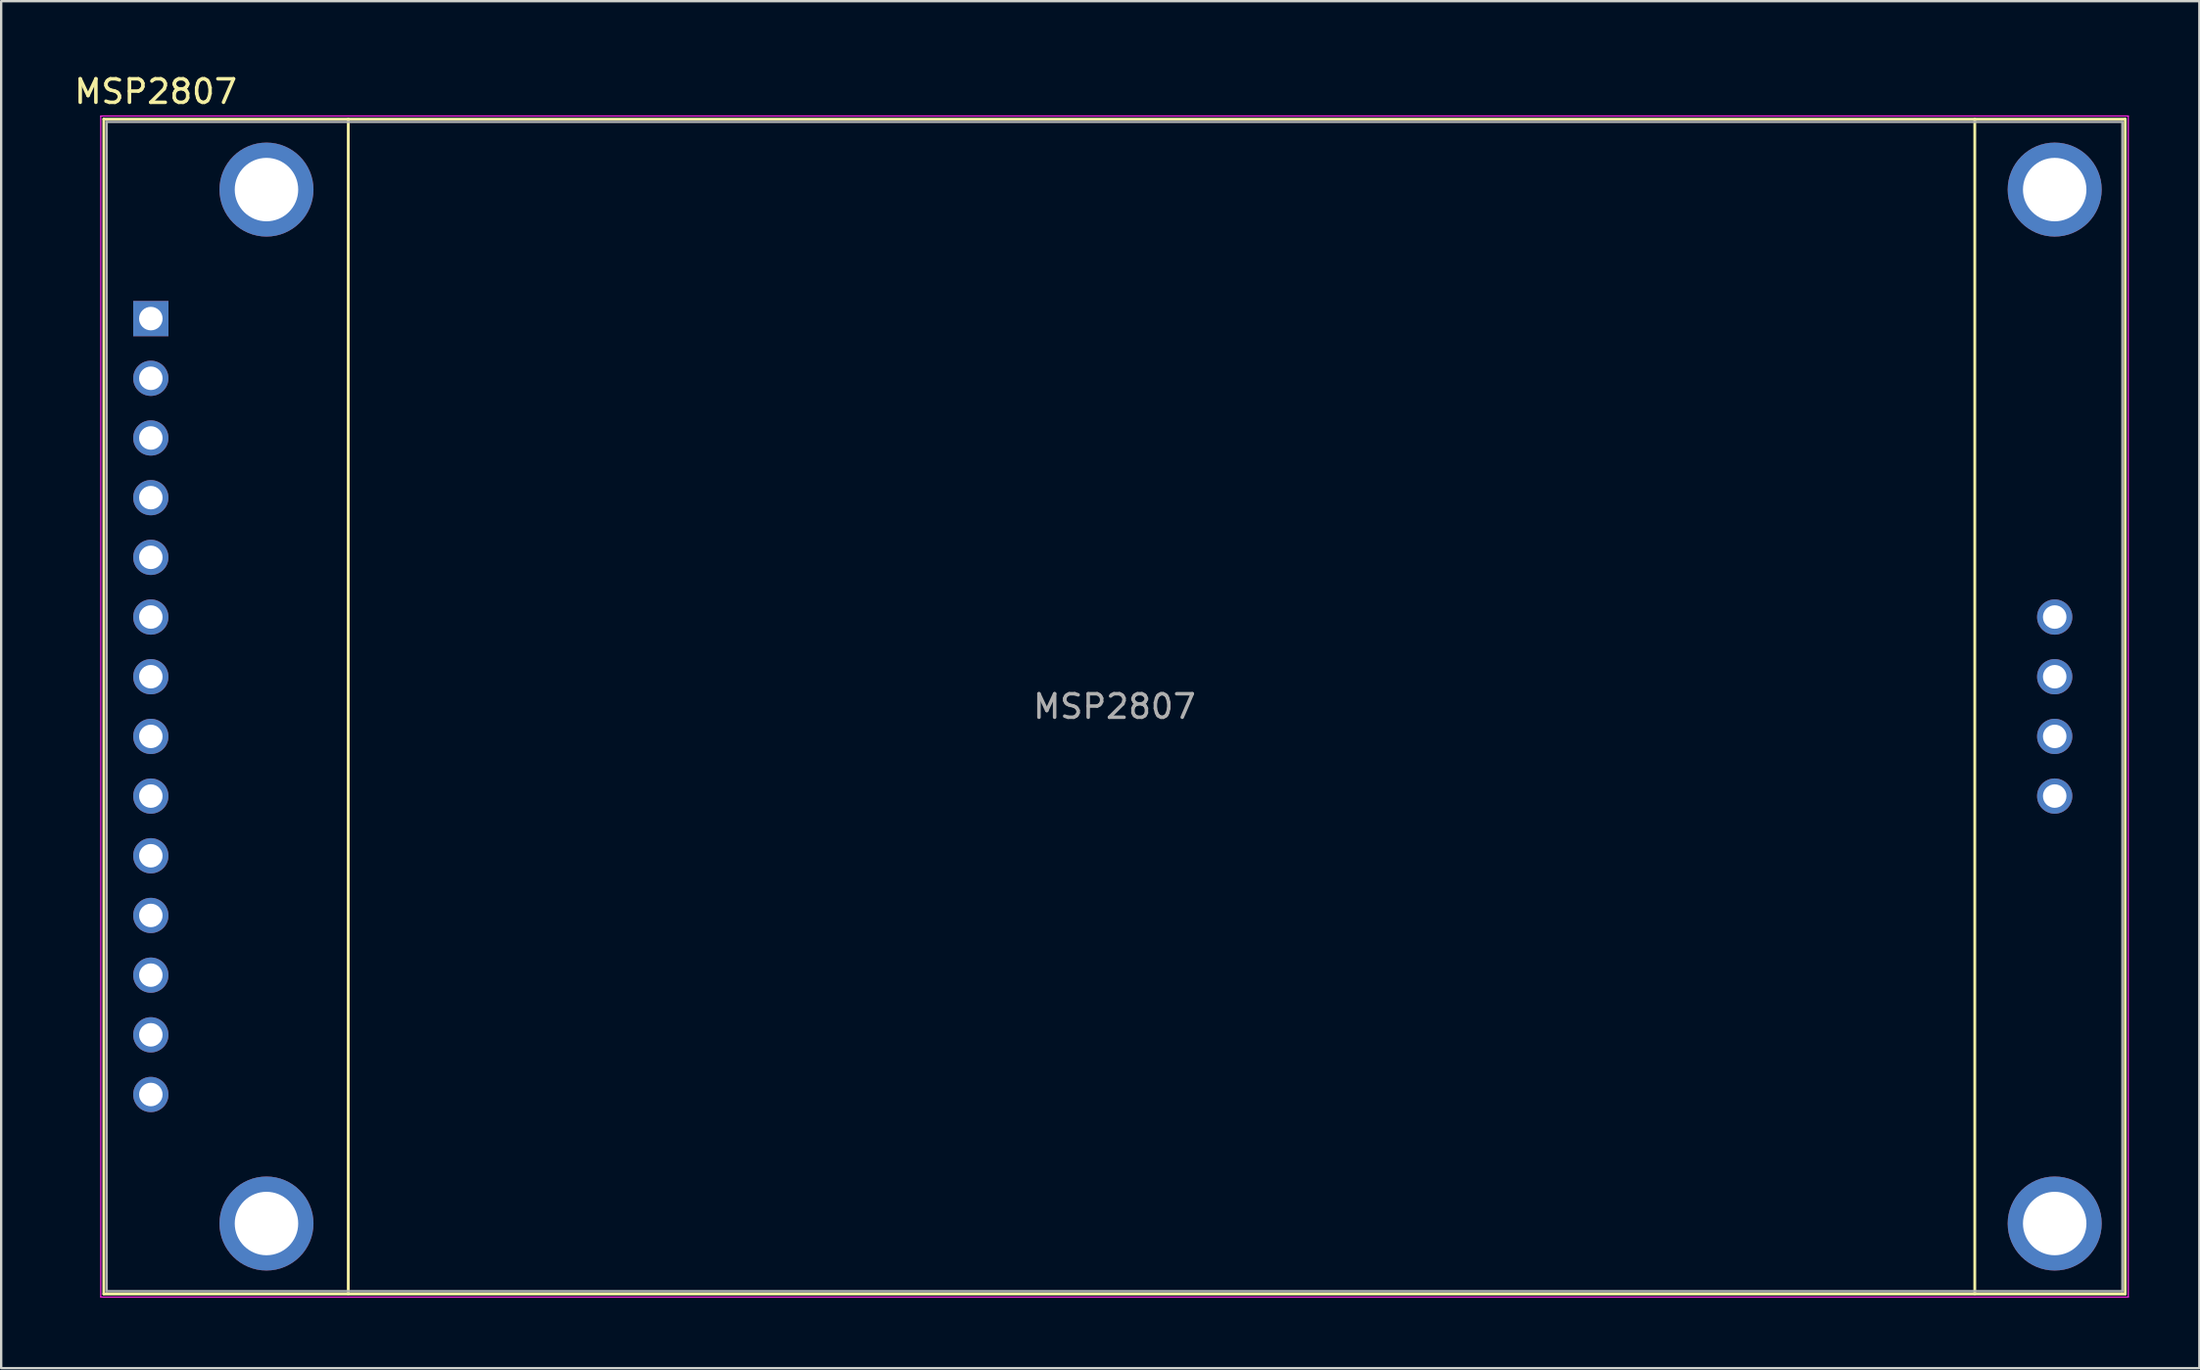
<source format=kicad_pcb>
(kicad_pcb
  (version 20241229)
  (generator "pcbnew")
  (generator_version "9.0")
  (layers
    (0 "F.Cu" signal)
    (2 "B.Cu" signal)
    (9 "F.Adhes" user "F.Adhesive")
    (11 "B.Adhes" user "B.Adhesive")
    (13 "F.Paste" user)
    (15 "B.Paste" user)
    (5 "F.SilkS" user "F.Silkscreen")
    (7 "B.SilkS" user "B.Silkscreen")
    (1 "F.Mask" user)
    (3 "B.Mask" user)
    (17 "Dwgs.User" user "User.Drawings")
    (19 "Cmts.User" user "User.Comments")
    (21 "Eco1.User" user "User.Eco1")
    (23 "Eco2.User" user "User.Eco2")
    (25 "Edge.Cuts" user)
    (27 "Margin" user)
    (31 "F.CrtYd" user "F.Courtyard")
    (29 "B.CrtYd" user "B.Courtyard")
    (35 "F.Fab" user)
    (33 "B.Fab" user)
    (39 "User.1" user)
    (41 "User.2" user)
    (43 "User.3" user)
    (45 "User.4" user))
  (footprint "MSP2807"
    (layer "F.Cu")
    (at 1.367 2.018)
    (property "Reference" "MSP2807" (at 2.21 -1.17 0) (layer "F.SilkS") (effects (font (size 1 1) (thickness 0.15))))
    (attr through_hole)
    (fp_line (start 0 0) (end 86 0) (stroke (width 0.12) (type solid)) (layer "F.SilkS"))
    (fp_line (start 0 50) (end 0 0) (stroke (width 0.12) (type solid)) (layer "F.SilkS"))
    (fp_line (start 10.4 50) (end 10.4 0) (stroke (width 0.12) (type solid)) (layer "F.SilkS"))
    (fp_line (start 79.6 0) (end 79.6 50) (stroke (width 0.12) (type solid)) (layer "F.SilkS"))
    (fp_line (start 86 0) (end 86 50) (stroke (width 0.12) (type solid)) (layer "F.SilkS"))
    (fp_line (start 86 50) (end 0 50) (stroke (width 0.12) (type solid)) (layer "F.SilkS"))
    (fp_line (start -0.13 -0.13) (end 86.13 -0.13) (stroke (width 0.05) (type solid)) (layer "F.CrtYd"))
    (fp_line (start -0.13 50.13) (end -0.13 -0.13) (stroke (width 0.05) (type solid)) (layer "F.CrtYd"))
    (fp_line (start 86.13 -0.13) (end 86.13 50.13) (stroke (width 0.05) (type solid)) (layer "F.CrtYd"))
    (fp_line (start 86.13 50.13) (end -0.13 50.13) (stroke (width 0.05) (type solid)) (layer "F.CrtYd"))
    (fp_line (start 0.12 0.12) (end 85.88 0.12) (stroke (width 0.1) (type solid)) (layer "F.Fab"))
    (fp_line (start 0.12 49.88) (end 0.12 0.12) (stroke (width 0.1) (type solid)) (layer "F.Fab"))
    (fp_line (start 85.88 0.12) (end 85.88 49.88) (stroke (width 0.1) (type solid)) (layer "F.Fab"))
    (fp_line (start 85.88 49.88) (end 0.12 49.88) (stroke (width 0.1) (type solid)) (layer "F.Fab"))
    (fp_text user "${REFERENCE}" (at 43 25 0) (layer "F.Fab") (effects (font (size 1 1) (thickness 0.15))))
    (pad "" thru_hole circle (at 6.92 3) (size 4 4) (drill 2.7) (layers "*.Cu" "*.Mask"))
    (pad "" thru_hole circle (at 6.92 47) (size 4 4) (drill 2.7) (layers "*.Cu" "*.Mask"))
    (pad "" thru_hole circle (at 83 3) (size 4 4) (drill 2.7) (layers "*.Cu" "*.Mask"))
    (pad "" thru_hole circle (at 83 47) (size 4 4) (drill 2.7) (layers "*.Cu" "*.Mask"))
    (pad "1" thru_hole rect (at 2 8.49) (size 1.5 1.5) (drill 1) (layers "*.Cu" "*.Mask"))
    (pad "2" thru_hole circle (at 2 11.03) (size 1.5 1.5) (drill 1) (layers "*.Cu" "*.Mask"))
    (pad "3" thru_hole circle (at 2 13.57) (size 1.5 1.5) (drill 1) (layers "*.Cu" "*.Mask"))
    (pad "4" thru_hole circle (at 2 16.11) (size 1.5 1.5) (drill 1) (layers "*.Cu" "*.Mask"))
    (pad "5" thru_hole circle (at 2 18.65) (size 1.5 1.5) (drill 1) (layers "*.Cu" "*.Mask"))
    (pad "6" thru_hole circle (at 2 21.19) (size 1.5 1.5) (drill 1) (layers "*.Cu" "*.Mask"))
    (pad "7" thru_hole circle (at 2 23.73) (size 1.5 1.5) (drill 1) (layers "*.Cu" "*.Mask"))
    (pad "8" thru_hole circle (at 2 26.27) (size 1.5 1.5) (drill 1) (layers "*.Cu" "*.Mask"))
    (pad "9" thru_hole circle (at 2 28.81) (size 1.5 1.5) (drill 1) (layers "*.Cu" "*.Mask"))
    (pad "10" thru_hole circle (at 2 31.35) (size 1.5 1.5) (drill 1) (layers "*.Cu" "*.Mask"))
    (pad "11" thru_hole circle (at 2 33.89) (size 1.5 1.5) (drill 1) (layers "*.Cu" "*.Mask"))
    (pad "12" thru_hole circle (at 2 36.43) (size 1.5 1.5) (drill 1) (layers "*.Cu" "*.Mask"))
    (pad "13" thru_hole circle (at 2 38.97) (size 1.5 1.5) (drill 1) (layers "*.Cu" "*.Mask"))
    (pad "14" thru_hole circle (at 2 41.51) (size 1.5 1.5) (drill 1) (layers "*.Cu" "*.Mask"))
    (pad "15" thru_hole circle (at 83 21.19) (size 1.5 1.5) (drill 1) (layers "*.Cu" "*.Mask"))
    (pad "16" thru_hole circle (at 83 23.73) (size 1.5 1.5) (drill 1) (layers "*.Cu" "*.Mask"))
    (pad "17" thru_hole circle (at 83 26.27) (size 1.5 1.5) (drill 1) (layers "*.Cu" "*.Mask"))
    (pad "18" thru_hole circle (at 83 28.81) (size 1.5 1.5) (drill 1) (layers "*.Cu" "*.Mask")))
  (gr_rect
    (start -3 -3)
    (end 90.522 55.173)
    (stroke (width 0.1) (type default))
    (fill no)
    (layer "Edge.Cuts")))
</source>
